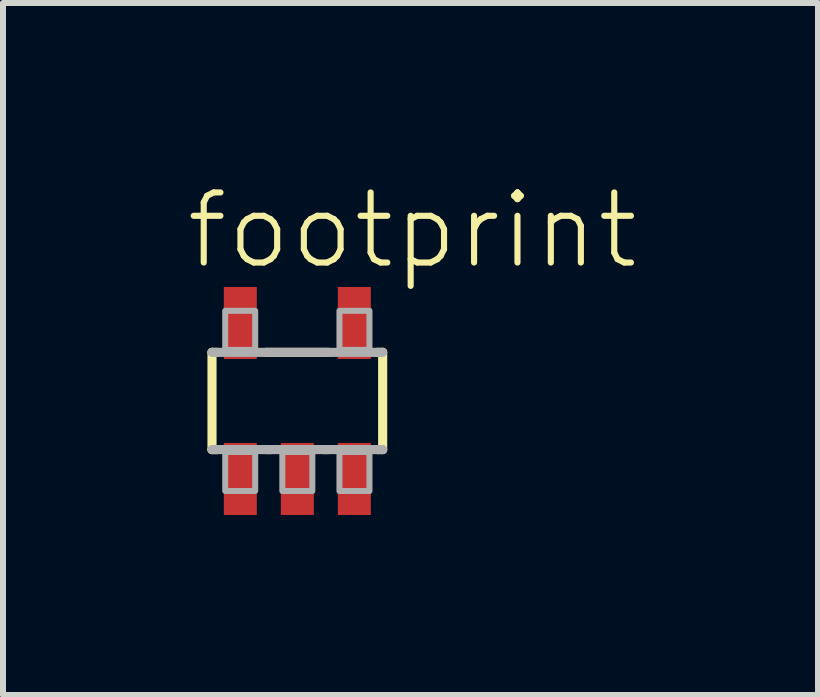
<source format=kicad_pcb>
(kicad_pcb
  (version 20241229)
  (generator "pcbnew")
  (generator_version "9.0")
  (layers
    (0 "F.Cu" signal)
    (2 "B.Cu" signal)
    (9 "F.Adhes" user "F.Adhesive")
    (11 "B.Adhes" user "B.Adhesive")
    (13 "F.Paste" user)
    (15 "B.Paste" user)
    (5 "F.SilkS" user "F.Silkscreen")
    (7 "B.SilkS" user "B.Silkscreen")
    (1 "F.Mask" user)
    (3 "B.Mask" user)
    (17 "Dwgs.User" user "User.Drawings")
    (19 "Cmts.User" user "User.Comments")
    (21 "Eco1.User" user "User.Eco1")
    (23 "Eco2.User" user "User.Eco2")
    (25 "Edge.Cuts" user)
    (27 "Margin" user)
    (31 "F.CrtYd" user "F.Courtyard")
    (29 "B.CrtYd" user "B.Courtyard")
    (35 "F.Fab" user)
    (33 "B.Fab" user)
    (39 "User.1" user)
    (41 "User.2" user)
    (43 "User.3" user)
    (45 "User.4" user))
  (footprint "footprint"
    (layer "F.Cu")
    (at 1.905 3.632)
    (property "Reference" "footprint" (at -1.905 -2.159 0) (layer "F.SilkS") (effects (font (size 1.168 1.168) (thickness 0.102)) (justify left bottom)))
    (fp_line (start -1.422 -0.81) (end -1.328 -0.81) (stroke (width 0.152) (type solid)) (layer "F.SilkS"))
    (fp_line (start -1.422 0.81) (end -1.422 -0.81) (stroke (width 0.152) (type solid)) (layer "F.SilkS"))
    (fp_line (start -1.328 0.81) (end -1.422 0.81) (stroke (width 0.152) (type solid)) (layer "F.SilkS"))
    (fp_line (start -0.522 -0.81) (end 0.522 -0.81) (stroke (width 0.152) (type solid)) (layer "F.SilkS"))
    (fp_line (start -0.428 0.81) (end -0.522 0.81) (stroke (width 0.152) (type solid)) (layer "F.SilkS"))
    (fp_line (start 0.522 0.81) (end 0.428 0.81) (stroke (width 0.152) (type solid)) (layer "F.SilkS"))
    (fp_line (start 1.328 -0.81) (end 1.422 -0.81) (stroke (width 0.152) (type solid)) (layer "F.SilkS"))
    (fp_line (start 1.422 -0.81) (end 1.422 0.81) (stroke (width 0.152) (type solid)) (layer "F.SilkS"))
    (fp_line (start 1.422 0.81) (end 1.328 0.81) (stroke (width 0.152) (type solid)) (layer "F.SilkS"))
    (fp_line (start -1.422 -0.81) (end 1.422 -0.81) (stroke (width 0.152) (type solid)) (layer "F.Fab"))
    (fp_line (start 1.422 0.81) (end -1.422 0.81) (stroke (width 0.152) (type solid)) (layer "F.Fab"))
    (fp_poly (pts (xy -1.202 -0.852) (xy -0.702 -0.852) (xy -0.702 -1.502) (xy -1.202 -1.502)) (stroke (width 0.1) (type solid)) (fill no) (layer "F.Fab"))
    (fp_poly (pts (xy -1.202 1.5) (xy -0.702 1.5) (xy -0.702 0.851) (xy -1.202 0.851)) (stroke (width 0.1) (type solid)) (fill no) (layer "F.Fab"))
    (fp_poly (pts (xy -0.25 1.501) (xy 0.25 1.501) (xy 0.25 0.851) (xy -0.25 0.851)) (stroke (width 0.1) (type solid)) (fill no) (layer "F.Fab"))
    (fp_poly (pts (xy 0.702 1.501) (xy 1.202 1.501) (xy 1.202 0.851) (xy 0.702 0.851)) (stroke (width 0.1) (type solid)) (fill no) (layer "F.Fab"))
    (fp_poly (pts (xy 0.702 -0.852) (xy 1.202 -0.852) (xy 1.202 -1.502) (xy 0.702 -1.502)) (stroke (width 0.1) (type solid)) (fill no) (layer "F.Fab"))
    (pad "1" smd rect (at -0.95 1.3) (size 0.55 1.2) (layers "F.Cu" "F.Mask" "F.Paste"))
    (pad "2" smd rect (at 0 1.3) (size 0.55 1.2) (layers "F.Cu" "F.Mask" "F.Paste"))
    (pad "3" smd rect (at 0.95 1.3) (size 0.55 1.2) (layers "F.Cu" "F.Mask" "F.Paste"))
    (pad "4" smd rect (at 0.95 -1.3) (size 0.55 1.2) (layers "F.Cu" "F.Mask" "F.Paste"))
    (pad "5" smd rect (at -0.95 -1.3) (size 0.55 1.2) (layers "F.Cu" "F.Mask" "F.Paste")))
  (gr_rect
    (start -3 -3)
    (end 10.582 8.532)
    (stroke (width 0.1) (type default))
    (fill no)
    (layer "Edge.Cuts")))
</source>
